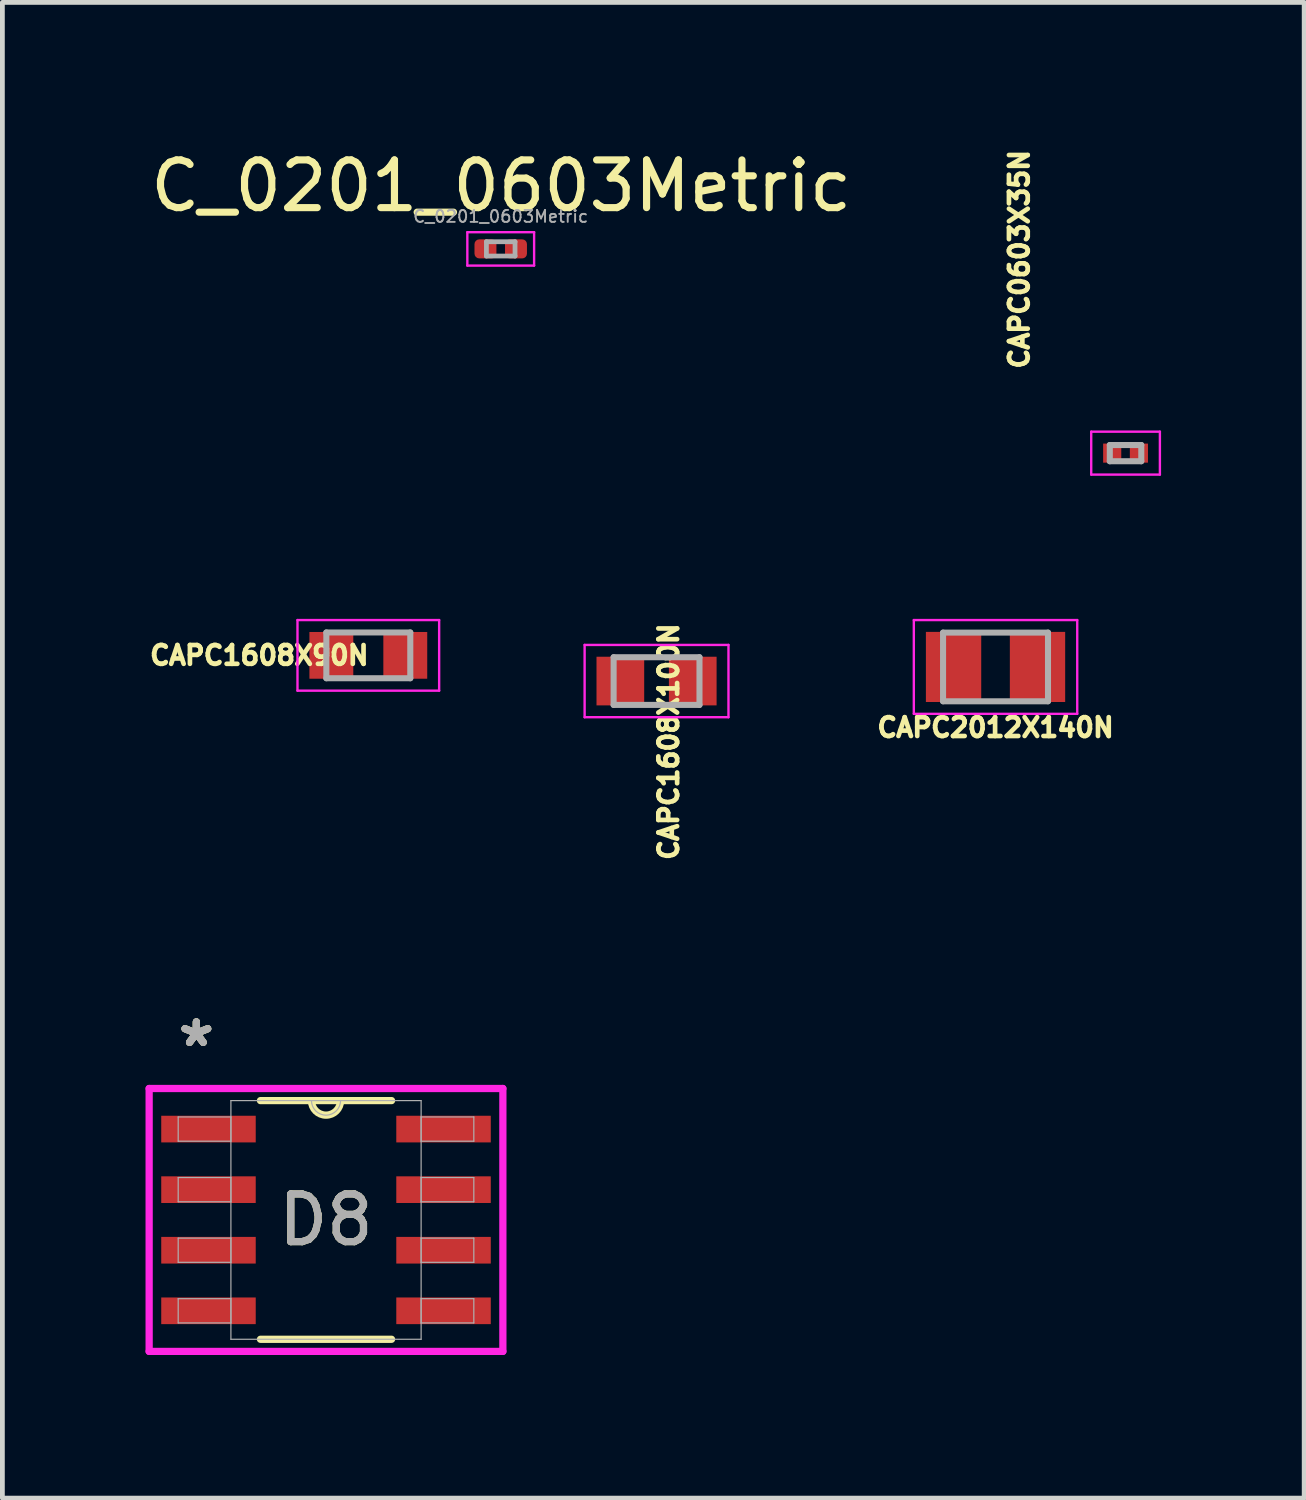
<source format=kicad_pcb>
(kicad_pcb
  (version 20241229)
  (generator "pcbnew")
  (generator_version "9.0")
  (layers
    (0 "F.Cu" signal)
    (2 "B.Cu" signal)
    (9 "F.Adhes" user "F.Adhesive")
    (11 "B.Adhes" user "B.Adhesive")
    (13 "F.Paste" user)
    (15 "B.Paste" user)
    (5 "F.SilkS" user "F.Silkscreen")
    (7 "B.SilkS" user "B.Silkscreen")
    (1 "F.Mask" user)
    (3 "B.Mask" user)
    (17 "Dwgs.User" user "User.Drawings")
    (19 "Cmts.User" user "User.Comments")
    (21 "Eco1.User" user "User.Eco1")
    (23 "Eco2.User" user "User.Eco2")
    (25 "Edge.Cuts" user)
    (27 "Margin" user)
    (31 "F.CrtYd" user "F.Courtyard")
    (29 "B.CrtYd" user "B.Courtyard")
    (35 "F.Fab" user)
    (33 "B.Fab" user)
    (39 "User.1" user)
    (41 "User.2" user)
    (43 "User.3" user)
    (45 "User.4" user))
  (footprint "CAPC0603X35N"
    (layer "F.Cu")
    (at 20.548 6.45)
    (property "Reference" "CAPC0603X35N" (at -2.228 -4.064 270) (layer "F.SilkS") (effects (font (size 0.394 0.394) (thickness 0.098))))
    (attr smd)
    (fp_line (start -0.72 -0.45) (end 0.72 -0.45) (stroke (width 0.05) (type solid)) (layer "F.CrtYd"))
    (fp_line (start -0.72 0.45) (end -0.72 -0.45) (stroke (width 0.05) (type solid)) (layer "F.CrtYd"))
    (fp_line (start -0.72 0.45) (end 0.72 0.45) (stroke (width 0.05) (type solid)) (layer "F.CrtYd"))
    (fp_line (start 0.72 0.45) (end 0.72 -0.45) (stroke (width 0.05) (type solid)) (layer "F.CrtYd"))
    (fp_line (start -0.33 0.17) (end -0.33 -0.17) (stroke (width 0.127) (type solid)) (layer "F.Fab"))
    (fp_line (start 0.33 -0.17) (end -0.33 -0.17) (stroke (width 0.127) (type solid)) (layer "F.Fab"))
    (fp_line (start 0.33 0.17) (end -0.33 0.17) (stroke (width 0.127) (type solid)) (layer "F.Fab"))
    (fp_line (start 0.33 0.17) (end 0.33 -0.17) (stroke (width 0.127) (type solid)) (layer "F.Fab"))
    (pad "1" smd rect (at -0.28 0) (size 0.38 0.4) (layers "F.Cu" "F.Mask" "F.Paste"))
    (pad "2" smd rect (at 0.28 0) (size 0.38 0.4) (layers "F.Cu" "F.Mask" "F.Paste")))
  (footprint "C_0201_0603Metric"
    (layer "F.Cu")
    (at 7.448 2.168)
    (property "Reference" "C_0201_0603Metric" (at 0.01 -1.32 180) (layer "F.SilkS") (effects (font (size 1 1) (thickness 0.15))))
    (attr smd)
    (fp_line (start -0.7 -0.35) (end 0.7 -0.35) (stroke (width 0.05) (type solid)) (layer "F.CrtYd"))
    (fp_line (start -0.7 0.35) (end -0.7 -0.35) (stroke (width 0.05) (type solid)) (layer "F.CrtYd"))
    (fp_line (start 0.7 -0.35) (end 0.7 0.35) (stroke (width 0.05) (type solid)) (layer "F.CrtYd"))
    (fp_line (start 0.7 0.35) (end -0.7 0.35) (stroke (width 0.05) (type solid)) (layer "F.CrtYd"))
    (fp_line (start -0.3 -0.15) (end 0.3 -0.15) (stroke (width 0.1) (type solid)) (layer "F.Fab"))
    (fp_line (start -0.3 0.15) (end -0.3 -0.15) (stroke (width 0.1) (type solid)) (layer "F.Fab"))
    (fp_line (start 0.3 -0.15) (end 0.3 0.15) (stroke (width 0.1) (type solid)) (layer "F.Fab"))
    (fp_line (start 0.3 0.15) (end -0.3 0.15) (stroke (width 0.1) (type solid)) (layer "F.Fab"))
    (fp_text user "${REFERENCE}" (at 0 -0.68 180) (layer "F.Fab") (effects (font (size 0.25 0.25) (thickness 0.04))))
    (pad "" smd roundrect (at -0.345 0) (size 0.318 0.36) (layers "F.Paste") (roundrect_rratio 0.25))
    (pad "" smd roundrect (at 0.345 0) (size 0.318 0.36) (layers "F.Paste") (roundrect_rratio 0.25))
    (pad "1" smd roundrect (at -0.32 0) (size 0.46 0.4) (layers "F.Cu" "F.Mask") (roundrect_rratio 0.25))
    (pad "2" smd roundrect (at 0.32 0) (size 0.46 0.4) (layers "F.Cu" "F.Mask") (roundrect_rratio 0.25)))
  (footprint "CAPC1608X90N"
    (layer "F.Cu")
    (at 4.672 10.69)
    (property "Reference" "CAPC1608X90N" (at -2.286 0 180) (layer "F.SilkS") (effects (font (size 0.394 0.394) (thickness 0.098))))
    (attr smd)
    (fp_line (start -1.485 -0.74) (end 1.485 -0.74) (stroke (width 0.05) (type solid)) (layer "F.CrtYd"))
    (fp_line (start -1.485 0.74) (end -1.485 -0.74) (stroke (width 0.05) (type solid)) (layer "F.CrtYd"))
    (fp_line (start -1.485 0.74) (end 1.485 0.74) (stroke (width 0.05) (type solid)) (layer "F.CrtYd"))
    (fp_line (start 1.485 0.74) (end 1.485 -0.74) (stroke (width 0.05) (type solid)) (layer "F.CrtYd"))
    (fp_line (start -0.88 0.48) (end -0.88 -0.48) (stroke (width 0.127) (type solid)) (layer "F.Fab"))
    (fp_line (start 0.88 -0.48) (end -0.88 -0.48) (stroke (width 0.127) (type solid)) (layer "F.Fab"))
    (fp_line (start 0.88 0.48) (end -0.88 0.48) (stroke (width 0.127) (type solid)) (layer "F.Fab"))
    (fp_line (start 0.88 0.48) (end 0.88 -0.48) (stroke (width 0.127) (type solid)) (layer "F.Fab"))
    (pad "1" smd rect (at -0.775 0) (size 0.92 0.98) (layers "F.Cu" "F.Mask" "F.Paste"))
    (pad "2" smd rect (at 0.775 0) (size 0.92 0.98) (layers "F.Cu" "F.Mask" "F.Paste")))
  (footprint "CAPC2012X140N"
    (layer "F.Cu")
    (at 17.822 10.933)
    (property "Reference" "CAPC2012X140N" (at 0 1.27 180) (layer "F.SilkS") (effects (font (size 0.394 0.394) (thickness 0.098))))
    (attr smd)
    (fp_line (start -1.713 -0.983) (end 1.713 -0.983) (stroke (width 0.05) (type solid)) (layer "F.CrtYd"))
    (fp_line (start -1.713 0.983) (end -1.713 -0.983) (stroke (width 0.05) (type solid)) (layer "F.CrtYd"))
    (fp_line (start -1.713 0.983) (end 1.713 0.983) (stroke (width 0.05) (type solid)) (layer "F.CrtYd"))
    (fp_line (start 1.713 0.983) (end 1.713 -0.983) (stroke (width 0.05) (type solid)) (layer "F.CrtYd"))
    (fp_line (start -1.1 0.72) (end -1.1 -0.72) (stroke (width 0.127) (type solid)) (layer "F.Fab"))
    (fp_line (start 1.1 -0.72) (end -1.1 -0.72) (stroke (width 0.127) (type solid)) (layer "F.Fab"))
    (fp_line (start 1.1 0.72) (end -1.1 0.72) (stroke (width 0.127) (type solid)) (layer "F.Fab"))
    (fp_line (start 1.1 0.72) (end 1.1 -0.72) (stroke (width 0.127) (type solid)) (layer "F.Fab"))
    (pad "1" smd rect (at -0.88 0) (size 1.16 1.47) (layers "F.Cu" "F.Mask" "F.Paste"))
    (pad "2" smd rect (at 0.88 0) (size 1.16 1.47) (layers "F.Cu" "F.Mask" "F.Paste")))
  (footprint "D8"
    (layer "F.Cu")
    (at 3.785 22.527)
    (property "Reference" "D8" (at 0 0 0) (unlocked yes) (layer "F.SilkS") (effects (font (size 1 1) (thickness 0.15))))
    (attr smd)
    (fp_line (start -1.374 2.502) (end 1.374 2.502) (stroke (width 0.152) (type solid)) (layer "F.SilkS"))
    (fp_line (start 1.374 -2.502) (end -1.374 -2.502) (stroke (width 0.152) (type solid)) (layer "F.SilkS"))
    (fp_arc (start 0.3048 -2.5019) (mid 0 -2.1971) (end -0.3048 -2.5019) (stroke (width 0.1524) (type solid)) (layer "F.SilkS"))
    (fp_line (start -3.708 -2.756) (end 3.708 -2.756) (stroke (width 0.152) (type solid)) (layer "F.CrtYd"))
    (fp_line (start -3.708 2.756) (end -3.708 -2.756) (stroke (width 0.152) (type solid)) (layer "F.CrtYd"))
    (fp_line (start 3.708 -2.756) (end 3.708 2.756) (stroke (width 0.152) (type solid)) (layer "F.CrtYd"))
    (fp_line (start 3.708 2.756) (end -3.708 2.756) (stroke (width 0.152) (type solid)) (layer "F.CrtYd"))
    (fp_line (start -3.099 -2.159) (end -3.099 -1.651) (stroke (width 0.025) (type solid)) (layer "F.Fab"))
    (fp_line (start -3.099 -1.651) (end -1.994 -1.651) (stroke (width 0.025) (type solid)) (layer "F.Fab"))
    (fp_line (start -3.099 -0.889) (end -3.099 -0.381) (stroke (width 0.025) (type solid)) (layer "F.Fab"))
    (fp_line (start -3.099 -0.381) (end -1.994 -0.381) (stroke (width 0.025) (type solid)) (layer "F.Fab"))
    (fp_line (start -3.099 0.381) (end -3.099 0.889) (stroke (width 0.025) (type solid)) (layer "F.Fab"))
    (fp_line (start -3.099 0.889) (end -1.994 0.889) (stroke (width 0.025) (type solid)) (layer "F.Fab"))
    (fp_line (start -3.099 1.651) (end -3.099 2.159) (stroke (width 0.025) (type solid)) (layer "F.Fab"))
    (fp_line (start -3.099 2.159) (end -1.994 2.159) (stroke (width 0.025) (type solid)) (layer "F.Fab"))
    (fp_line (start -1.994 -2.502) (end -1.994 2.502) (stroke (width 0.025) (type solid)) (layer "F.Fab"))
    (fp_line (start -1.994 -2.159) (end -3.099 -2.159) (stroke (width 0.025) (type solid)) (layer "F.Fab"))
    (fp_line (start -1.994 -1.651) (end -1.994 -2.159) (stroke (width 0.025) (type solid)) (layer "F.Fab"))
    (fp_line (start -1.994 -0.889) (end -3.099 -0.889) (stroke (width 0.025) (type solid)) (layer "F.Fab"))
    (fp_line (start -1.994 -0.381) (end -1.994 -0.889) (stroke (width 0.025) (type solid)) (layer "F.Fab"))
    (fp_line (start -1.994 0.381) (end -3.099 0.381) (stroke (width 0.025) (type solid)) (layer "F.Fab"))
    (fp_line (start -1.994 0.889) (end -1.994 0.381) (stroke (width 0.025) (type solid)) (layer "F.Fab"))
    (fp_line (start -1.994 1.651) (end -3.099 1.651) (stroke (width 0.025) (type solid)) (layer "F.Fab"))
    (fp_line (start -1.994 2.159) (end -1.994 1.651) (stroke (width 0.025) (type solid)) (layer "F.Fab"))
    (fp_line (start -1.994 2.502) (end 1.994 2.502) (stroke (width 0.025) (type solid)) (layer "F.Fab"))
    (fp_line (start 1.994 -2.502) (end -1.994 -2.502) (stroke (width 0.025) (type solid)) (layer "F.Fab"))
    (fp_line (start 1.994 -2.159) (end 1.994 -1.651) (stroke (width 0.025) (type solid)) (layer "F.Fab"))
    (fp_line (start 1.994 -1.651) (end 3.099 -1.651) (stroke (width 0.025) (type solid)) (layer "F.Fab"))
    (fp_line (start 1.994 -0.889) (end 1.994 -0.381) (stroke (width 0.025) (type solid)) (layer "F.Fab"))
    (fp_line (start 1.994 -0.381) (end 3.099 -0.381) (stroke (width 0.025) (type solid)) (layer "F.Fab"))
    (fp_line (start 1.994 0.381) (end 1.994 0.889) (stroke (width 0.025) (type solid)) (layer "F.Fab"))
    (fp_line (start 1.994 0.889) (end 3.099 0.889) (stroke (width 0.025) (type solid)) (layer "F.Fab"))
    (fp_line (start 1.994 1.651) (end 1.994 2.159) (stroke (width 0.025) (type solid)) (layer "F.Fab"))
    (fp_line (start 1.994 2.159) (end 3.099 2.159) (stroke (width 0.025) (type solid)) (layer "F.Fab"))
    (fp_line (start 1.994 2.502) (end 1.994 -2.502) (stroke (width 0.025) (type solid)) (layer "F.Fab"))
    (fp_line (start 3.099 -2.159) (end 1.994 -2.159) (stroke (width 0.025) (type solid)) (layer "F.Fab"))
    (fp_line (start 3.099 -1.651) (end 3.099 -2.159) (stroke (width 0.025) (type solid)) (layer "F.Fab"))
    (fp_line (start 3.099 -0.889) (end 1.994 -0.889) (stroke (width 0.025) (type solid)) (layer "F.Fab"))
    (fp_line (start 3.099 -0.381) (end 3.099 -0.889) (stroke (width 0.025) (type solid)) (layer "F.Fab"))
    (fp_line (start 3.099 0.381) (end 1.994 0.381) (stroke (width 0.025) (type solid)) (layer "F.Fab"))
    (fp_line (start 3.099 0.889) (end 3.099 0.381) (stroke (width 0.025) (type solid)) (layer "F.Fab"))
    (fp_line (start 3.099 1.651) (end 1.994 1.651) (stroke (width 0.025) (type solid)) (layer "F.Fab"))
    (fp_line (start 3.099 2.159) (end 3.099 1.651) (stroke (width 0.025) (type solid)) (layer "F.Fab"))
    (fp_arc (start 0.3048 -2.5019) (mid 0 -2.1971) (end -0.3048 -2.5019) (stroke (width 0.0254) (type solid)) (layer "F.Fab"))
    (fp_text user "*" (at -2.718 -3.607 0) (layer "F.SilkS") (effects (font (size 1 1) (thickness 0.15))))
    (fp_text user "*" (at -2.718 -3.607 0) (unlocked yes) (layer "F.SilkS") (effects (font (size 1 1) (thickness 0.15))))
    (fp_text user "${REFERENCE}" (at 0 0 0) (unlocked yes) (layer "F.Fab") (effects (font (size 1 1) (thickness 0.15))))
    (fp_text user "*" (at -2.718 -3.607 0) (unlocked yes) (layer "F.Fab") (effects (font (size 1 1) (thickness 0.15))))
    (fp_text user "*" (at -2.718 -3.607 0) (layer "F.Fab") (effects (font (size 1 1) (thickness 0.15))))
    (pad "1" smd rect (at -2.464 -1.905) (size 1.981 0.559) (layers "F.Cu" "F.Mask" "F.Paste"))
    (pad "2" smd rect (at -2.464 -0.635) (size 1.981 0.559) (layers "F.Cu" "F.Mask" "F.Paste"))
    (pad "3" smd rect (at -2.464 0.635) (size 1.981 0.559) (layers "F.Cu" "F.Mask" "F.Paste"))
    (pad "4" smd rect (at -2.464 1.905) (size 1.981 0.559) (layers "F.Cu" "F.Mask" "F.Paste"))
    (pad "5" smd rect (at 2.464 1.905) (size 1.981 0.559) (layers "F.Cu" "F.Mask" "F.Paste"))
    (pad "6" smd rect (at 2.464 0.635) (size 1.981 0.559) (layers "F.Cu" "F.Mask" "F.Paste"))
    (pad "7" smd rect (at 2.464 -0.635) (size 1.981 0.559) (layers "F.Cu" "F.Mask" "F.Paste"))
    (pad "8" smd rect (at 2.464 -1.905) (size 1.981 0.559) (layers "F.Cu" "F.Mask" "F.Paste")))
  (footprint "CAPC1608X100N"
    (layer "F.Cu")
    (at 10.715 11.229)
    (property "Reference" "CAPC1608X100N" (at 0.254 1.27 270) (layer "F.SilkS") (effects (font (size 0.394 0.394) (thickness 0.098))))
    (attr smd)
    (fp_line (start -1.508 -0.758) (end 1.508 -0.758) (stroke (width 0.05) (type solid)) (layer "F.CrtYd"))
    (fp_line (start -1.508 0.758) (end -1.508 -0.758) (stroke (width 0.05) (type solid)) (layer "F.CrtYd"))
    (fp_line (start -1.508 0.758) (end 1.508 0.758) (stroke (width 0.05) (type solid)) (layer "F.CrtYd"))
    (fp_line (start 1.508 0.758) (end 1.508 -0.758) (stroke (width 0.05) (type solid)) (layer "F.CrtYd"))
    (fp_line (start -0.9 0.5) (end -0.9 -0.5) (stroke (width 0.127) (type solid)) (layer "F.Fab"))
    (fp_line (start 0.9 -0.5) (end -0.9 -0.5) (stroke (width 0.127) (type solid)) (layer "F.Fab"))
    (fp_line (start 0.9 0.5) (end -0.9 0.5) (stroke (width 0.127) (type solid)) (layer "F.Fab"))
    (fp_line (start 0.9 0.5) (end 0.9 -0.5) (stroke (width 0.127) (type solid)) (layer "F.Fab"))
    (pad "1" smd rect (at -0.759 0) (size 1 1.02) (layers "F.Cu" "F.Mask" "F.Paste"))
    (pad "2" smd rect (at 0.759 0) (size 1 1.02) (layers "F.Cu" "F.Mask" "F.Paste")))
  (gr_rect
    (start -3 -3)
    (end 24.293 28.359)
    (stroke (width 0.1) (type default))
    (fill no)
    (layer "Edge.Cuts")))
</source>
